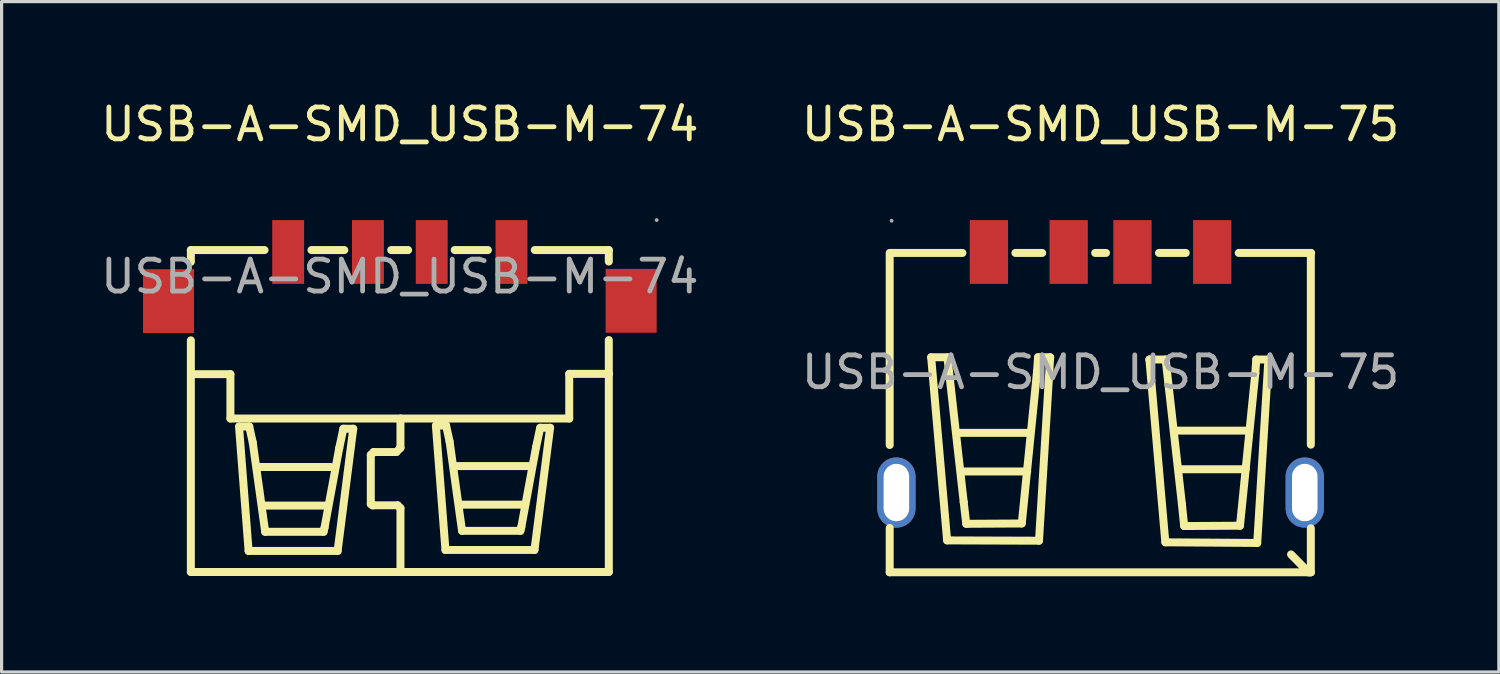
<source format=kicad_pcb>
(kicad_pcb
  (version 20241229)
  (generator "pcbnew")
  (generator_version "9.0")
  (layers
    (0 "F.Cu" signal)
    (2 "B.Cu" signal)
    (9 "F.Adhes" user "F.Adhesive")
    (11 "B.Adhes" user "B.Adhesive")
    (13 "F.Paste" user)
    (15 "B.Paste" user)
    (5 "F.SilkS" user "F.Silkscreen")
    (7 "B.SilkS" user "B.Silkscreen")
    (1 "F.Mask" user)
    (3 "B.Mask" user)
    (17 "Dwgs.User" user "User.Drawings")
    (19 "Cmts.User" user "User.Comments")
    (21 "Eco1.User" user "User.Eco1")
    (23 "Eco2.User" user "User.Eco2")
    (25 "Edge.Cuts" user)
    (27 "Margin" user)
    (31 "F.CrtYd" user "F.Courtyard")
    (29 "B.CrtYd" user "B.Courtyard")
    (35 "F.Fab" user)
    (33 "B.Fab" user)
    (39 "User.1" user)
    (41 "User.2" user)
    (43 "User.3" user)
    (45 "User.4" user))
  (footprint "USB-A-SMD_USB-M-75"
    (layer "F.Cu")
    (at 31.446 8.618)
    (property "Reference" "USB-A-SMD_USB-M-75" (at 0 -7.77 0) (layer "F.SilkS") (effects (font (size 1 1) (thickness 0.15))))
    (attr through_hole)
    (fp_line (start -6.61 2.28) (end -6.61 -3.74) (stroke (width 0.25) (type solid)) (layer "F.SilkS"))
    (fp_line (start -6.61 6.27) (end -6.61 4.88) (stroke (width 0.25) (type solid)) (layer "F.SilkS"))
    (fp_line (start -6.61 6.27) (end 6.59 6.27) (stroke (width 0.25) (type solid)) (layer "F.SilkS"))
    (fp_line (start -6.59 -3.74) (end -4.33 -3.74) (stroke (width 0.25) (type solid)) (layer "F.SilkS"))
    (fp_line (start -5.31 -0.47) (end -4.8 -0.47) (stroke (width 0.25) (type solid)) (layer "F.SilkS"))
    (fp_line (start -4.81 5.27) (end -5.31 -0.47) (stroke (width 0.25) (type solid)) (layer "F.SilkS"))
    (fp_line (start -4.8 -0.47) (end -4.29 4.07) (stroke (width 0.25) (type solid)) (layer "F.SilkS"))
    (fp_line (start -4.47 1.9) (end -2.21 1.9) (stroke (width 0.25) (type solid)) (layer "F.SilkS"))
    (fp_line (start -4.33 3.11) (end -2.3 3.11) (stroke (width 0.25) (type solid)) (layer "F.SilkS"))
    (fp_line (start -4.29 4.07) (end -4.21 4.75) (stroke (width 0.25) (type solid)) (layer "F.SilkS"))
    (fp_line (start -4.21 4.75) (end -2.47 4.74) (stroke (width 0.25) (type solid)) (layer "F.SilkS"))
    (fp_line (start -2.67 -3.74) (end -1.83 -3.74) (stroke (width 0.25) (type solid)) (layer "F.SilkS"))
    (fp_line (start -2.47 4.74) (end -1.99 -0.04) (stroke (width 0.25) (type solid)) (layer "F.SilkS"))
    (fp_line (start -1.99 -0.04) (end -1.96 -0.47) (stroke (width 0.25) (type solid)) (layer "F.SilkS"))
    (fp_line (start -1.96 -0.47) (end -1.58 -0.47) (stroke (width 0.25) (type solid)) (layer "F.SilkS"))
    (fp_line (start -1.93 5.28) (end -4.81 5.27) (stroke (width 0.25) (type solid)) (layer "F.SilkS"))
    (fp_line (start -1.58 -0.47) (end -1.93 5.28) (stroke (width 0.25) (type solid)) (layer "F.SilkS"))
    (fp_line (start -0.17 -3.74) (end 0.17 -3.74) (stroke (width 0.25) (type solid)) (layer "F.SilkS"))
    (fp_line (start 1.53 -0.4) (end 2.04 -0.4) (stroke (width 0.25) (type solid)) (layer "F.SilkS"))
    (fp_line (start 1.83 -3.74) (end 2.67 -3.74) (stroke (width 0.25) (type solid)) (layer "F.SilkS"))
    (fp_line (start 2.03 5.33) (end 1.53 -0.4) (stroke (width 0.25) (type solid)) (layer "F.SilkS"))
    (fp_line (start 2.04 -0.4) (end 2.55 4.14) (stroke (width 0.25) (type solid)) (layer "F.SilkS"))
    (fp_line (start 2.38 1.83) (end 4.64 1.83) (stroke (width 0.25) (type solid)) (layer "F.SilkS"))
    (fp_line (start 2.52 3.04) (end 4.55 3.04) (stroke (width 0.25) (type solid)) (layer "F.SilkS"))
    (fp_line (start 2.55 4.14) (end 2.62 4.82) (stroke (width 0.25) (type solid)) (layer "F.SilkS"))
    (fp_line (start 2.62 4.82) (end 4.37 4.81) (stroke (width 0.25) (type solid)) (layer "F.SilkS"))
    (fp_line (start 4.33 -3.74) (end 6.6 -3.74) (stroke (width 0.25) (type solid)) (layer "F.SilkS"))
    (fp_line (start 4.37 4.81) (end 4.85 0.03) (stroke (width 0.25) (type solid)) (layer "F.SilkS"))
    (fp_line (start 4.85 0.03) (end 4.88 -0.4) (stroke (width 0.25) (type solid)) (layer "F.SilkS"))
    (fp_line (start 4.88 -0.4) (end 5.26 -0.4) (stroke (width 0.25) (type solid)) (layer "F.SilkS"))
    (fp_line (start 4.91 5.35) (end 2.03 5.33) (stroke (width 0.25) (type solid)) (layer "F.SilkS"))
    (fp_line (start 5.26 -0.4) (end 4.91 5.35) (stroke (width 0.25) (type solid)) (layer "F.SilkS"))
    (fp_line (start 6.52 6.27) (end 5.97 5.71) (stroke (width 0.25) (type solid)) (layer "F.SilkS"))
    (fp_line (start 6.59 2.27) (end 6.59 -3.74) (stroke (width 0.25) (type solid)) (layer "F.SilkS"))
    (fp_line (start 6.59 6.27) (end 6.52 6.27) (stroke (width 0.25) (type solid)) (layer "F.SilkS"))
    (fp_line (start 6.59 6.27) (end 6.59 4.89) (stroke (width 0.25) (type solid)) (layer "F.SilkS"))
    (fp_circle (center -6.55 -4.75) (end -6.52 -4.75) (stroke (width 0.06) (type solid)) (fill no) (layer "F.Fab"))
    (fp_text user "${REFERENCE}" (at 0 0 0) (layer "F.Fab") (effects (font (size 1 1) (thickness 0.15))))
    (pad "1" smd rect (at -3.5 -3.77 180) (size 1.2 2) (layers "F.Cu" "F.Mask" "F.Paste"))
    (pad "2" smd rect (at -1 -3.77 180) (size 1.2 2) (layers "F.Cu" "F.Mask" "F.Paste"))
    (pad "3" smd rect (at 1 -3.77 180) (size 1.2 2) (layers "F.Cu" "F.Mask" "F.Paste"))
    (pad "4" smd rect (at 3.5 -3.77 180) (size 1.2 2) (layers "F.Cu" "F.Mask" "F.Paste"))
    (pad "5" thru_hole oval (at 6.4 3.77 90) (size 2.2 1.2) (drill oval 1.799 0.8) (layers "*.Cu" "*.Paste" "*.Mask"))
    (pad "6" thru_hole oval (at -6.4 3.77 270) (size 2.2 1.2) (drill oval 1.799 0.8) (layers "*.Cu" "*.Paste" "*.Mask")))
  (footprint "USB-A-SMD_USB-M-74"
    (layer "F.Cu")
    (at 9.482 5.618)
    (property "Reference" "USB-A-SMD_USB-M-74" (at 0 -4.77 0) (layer "F.SilkS") (effects (font (size 1 1) (thickness 0.15))))
    (attr through_hole)
    (fp_line (start -6.55 -0.83) (end -4.24 -0.83) (stroke (width 0.25) (type solid)) (layer "F.SilkS"))
    (fp_line (start -6.55 -0.46) (end -6.55 -0.83) (stroke (width 0.25) (type solid)) (layer "F.SilkS"))
    (fp_line (start -6.55 9.26) (end -6.55 2) (stroke (width 0.25) (type solid)) (layer "F.SilkS"))
    (fp_line (start -6.55 9.26) (end 6.55 9.26) (stroke (width 0.25) (type solid)) (layer "F.SilkS"))
    (fp_line (start -6.53 3.06) (end -5.31 3.06) (stroke (width 0.25) (type solid)) (layer "F.SilkS"))
    (fp_line (start -5.31 3.06) (end -5.31 4.45) (stroke (width 0.25) (type solid)) (layer "F.SilkS"))
    (fp_line (start -5.31 4.45) (end 5.31 4.45) (stroke (width 0.25) (type solid)) (layer "F.SilkS"))
    (fp_line (start -5.04 4.7) (end -4.74 8.6) (stroke (width 0.25) (type solid)) (layer "F.SilkS"))
    (fp_line (start -4.74 8.6) (end -1.95 8.6) (stroke (width 0.25) (type solid)) (layer "F.SilkS"))
    (fp_line (start -4.72 4.7) (end -5.03 4.7) (stroke (width 0.25) (type solid)) (layer "F.SilkS"))
    (fp_line (start -4.61 5.2) (end -4.72 4.7) (stroke (width 0.25) (type solid)) (layer "F.SilkS"))
    (fp_line (start -4.42 5.97) (end -2.16 5.97) (stroke (width 0.25) (type solid)) (layer "F.SilkS"))
    (fp_line (start -4.28 7.18) (end -2.25 7.18) (stroke (width 0.25) (type solid)) (layer "F.SilkS"))
    (fp_line (start -4.22 8) (end -4.61 5.2) (stroke (width 0.25) (type solid)) (layer "F.SilkS"))
    (fp_line (start -2.77 -0.83) (end -1.74 -0.83) (stroke (width 0.25) (type solid)) (layer "F.SilkS"))
    (fp_line (start -2.39 8) (end -4.22 8) (stroke (width 0.25) (type solid)) (layer "F.SilkS"))
    (fp_line (start -2.36 7.87) (end -2.39 8) (stroke (width 0.25) (type solid)) (layer "F.SilkS"))
    (fp_line (start -1.95 8.6) (end -1.46 4.77) (stroke (width 0.25) (type solid)) (layer "F.SilkS"))
    (fp_line (start -1.9 5.38) (end -2.36 7.87) (stroke (width 0.25) (type solid)) (layer "F.SilkS"))
    (fp_line (start -1.77 4.77) (end -1.9 5.38) (stroke (width 0.25) (type solid)) (layer "F.SilkS"))
    (fp_line (start -1.46 4.77) (end -1.77 4.77) (stroke (width 0.25) (type solid)) (layer "F.SilkS"))
    (fp_line (start -0.91 5.59) (end -0.91 7.13) (stroke (width 0.25) (type solid)) (layer "F.SilkS"))
    (fp_line (start -0.91 7.13) (end -0.86 7.17) (stroke (width 0.25) (type solid)) (layer "F.SilkS"))
    (fp_line (start -0.86 7.17) (end -0.82 7.17) (stroke (width 0.25) (type solid)) (layer "F.SilkS"))
    (fp_line (start -0.82 5.5) (end -0.91 5.59) (stroke (width 0.25) (type solid)) (layer "F.SilkS"))
    (fp_line (start -0.82 7.17) (end -0.07 7.17) (stroke (width 0.25) (type solid)) (layer "F.SilkS"))
    (fp_line (start -0.27 -0.83) (end 0.26 -0.83) (stroke (width 0.25) (type solid)) (layer "F.SilkS"))
    (fp_line (start -0.11 5.5) (end -0.82 5.5) (stroke (width 0.25) (type solid)) (layer "F.SilkS"))
    (fp_line (start -0.07 7.17) (end 0.02 7.26) (stroke (width 0.25) (type solid)) (layer "F.SilkS"))
    (fp_line (start 0.02 4.45) (end 0.02 5.37) (stroke (width 0.25) (type solid)) (layer "F.SilkS"))
    (fp_line (start 0.02 5.37) (end -0.11 5.5) (stroke (width 0.25) (type solid)) (layer "F.SilkS"))
    (fp_line (start 0.02 7.26) (end 0.02 9.26) (stroke (width 0.25) (type solid)) (layer "F.SilkS"))
    (fp_line (start 1.13 4.67) (end 1.43 8.57) (stroke (width 0.25) (type solid)) (layer "F.SilkS"))
    (fp_line (start 1.43 8.57) (end 4.22 8.57) (stroke (width 0.25) (type solid)) (layer "F.SilkS"))
    (fp_line (start 1.45 4.67) (end 1.14 4.67) (stroke (width 0.25) (type solid)) (layer "F.SilkS"))
    (fp_line (start 1.56 5.17) (end 1.45 4.67) (stroke (width 0.25) (type solid)) (layer "F.SilkS"))
    (fp_line (start 1.72 -0.83) (end 2.76 -0.83) (stroke (width 0.25) (type solid)) (layer "F.SilkS"))
    (fp_line (start 1.76 5.94) (end 4.02 5.94) (stroke (width 0.25) (type solid)) (layer "F.SilkS"))
    (fp_line (start 1.9 7.15) (end 3.93 7.15) (stroke (width 0.25) (type solid)) (layer "F.SilkS"))
    (fp_line (start 1.95 7.97) (end 1.56 5.17) (stroke (width 0.25) (type solid)) (layer "F.SilkS"))
    (fp_line (start 3.78 7.97) (end 1.95 7.97) (stroke (width 0.25) (type solid)) (layer "F.SilkS"))
    (fp_line (start 3.81 7.84) (end 3.78 7.97) (stroke (width 0.25) (type solid)) (layer "F.SilkS"))
    (fp_line (start 4.22 8.57) (end 4.71 4.74) (stroke (width 0.25) (type solid)) (layer "F.SilkS"))
    (fp_line (start 4.23 -0.83) (end 6.55 -0.83) (stroke (width 0.25) (type solid)) (layer "F.SilkS"))
    (fp_line (start 4.27 5.35) (end 3.81 7.84) (stroke (width 0.25) (type solid)) (layer "F.SilkS"))
    (fp_line (start 4.4 4.74) (end 4.27 5.35) (stroke (width 0.25) (type solid)) (layer "F.SilkS"))
    (fp_line (start 4.71 4.74) (end 4.4 4.74) (stroke (width 0.25) (type solid)) (layer "F.SilkS"))
    (fp_line (start 5.31 3.05) (end 6.56 3.05) (stroke (width 0.25) (type solid)) (layer "F.SilkS"))
    (fp_line (start 5.31 4.45) (end 5.31 3.05) (stroke (width 0.25) (type solid)) (layer "F.SilkS"))
    (fp_line (start 6.55 -0.83) (end 6.55 -0.47) (stroke (width 0.25) (type solid)) (layer "F.SilkS"))
    (fp_line (start 6.55 1.99) (end 6.55 9.26) (stroke (width 0.25) (type solid)) (layer "F.SilkS"))
    (fp_circle (center 8.05 -1.77) (end 8.08 -1.77) (stroke (width 0.06) (type solid)) (fill no) (layer "F.Fab"))
    (fp_text user "${REFERENCE}" (at 0 0 0) (layer "F.Fab") (effects (font (size 1 1) (thickness 0.15))))
    (pad "1" smd rect (at 3.5 -0.77 90) (size 2 1) (layers "F.Cu" "F.Mask" "F.Paste"))
    (pad "2" smd rect (at 1 -0.77 90) (size 2 1) (layers "F.Cu" "F.Mask" "F.Paste"))
    (pad "3" smd rect (at -1 -0.77 90) (size 2 1) (layers "F.Cu" "F.Mask" "F.Paste"))
    (pad "4" smd rect (at -3.5 -0.77 90) (size 2 1) (layers "F.Cu" "F.Mask" "F.Paste"))
    (pad "5" smd rect (at -7.25 0.77 180) (size 1.6 2) (layers "F.Cu" "F.Mask" "F.Paste"))
    (pad "6" smd rect (at 7.25 0.76 180) (size 1.6 2) (layers "F.Cu" "F.Mask" "F.Paste")))
  (gr_rect
    (start -3 -3)
    (end 43.929 18.013)
    (stroke (width 0.1) (type default))
    (fill no)
    (layer "Edge.Cuts")))
</source>
